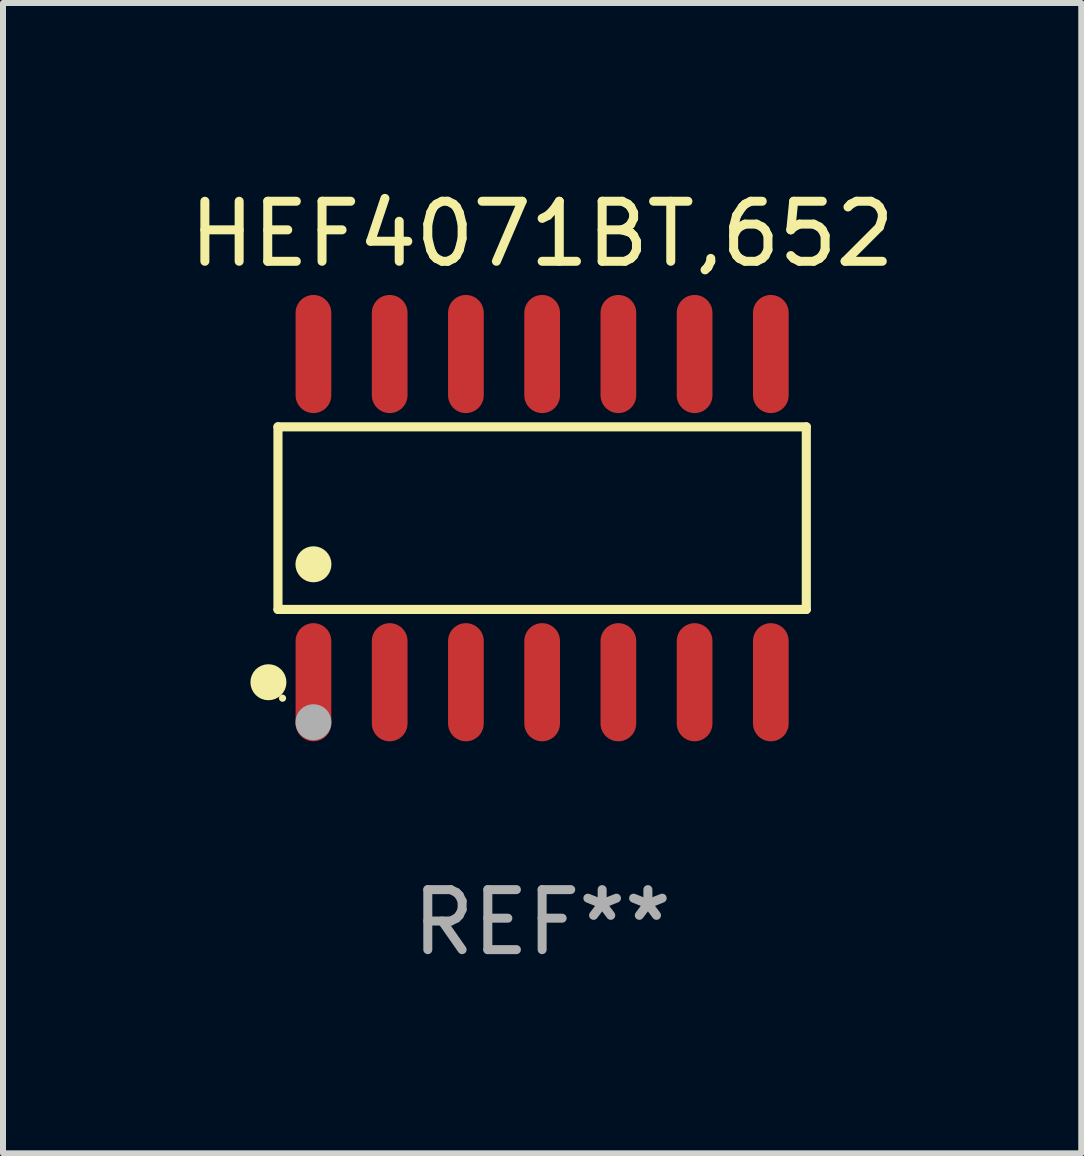
<source format=kicad_pcb>
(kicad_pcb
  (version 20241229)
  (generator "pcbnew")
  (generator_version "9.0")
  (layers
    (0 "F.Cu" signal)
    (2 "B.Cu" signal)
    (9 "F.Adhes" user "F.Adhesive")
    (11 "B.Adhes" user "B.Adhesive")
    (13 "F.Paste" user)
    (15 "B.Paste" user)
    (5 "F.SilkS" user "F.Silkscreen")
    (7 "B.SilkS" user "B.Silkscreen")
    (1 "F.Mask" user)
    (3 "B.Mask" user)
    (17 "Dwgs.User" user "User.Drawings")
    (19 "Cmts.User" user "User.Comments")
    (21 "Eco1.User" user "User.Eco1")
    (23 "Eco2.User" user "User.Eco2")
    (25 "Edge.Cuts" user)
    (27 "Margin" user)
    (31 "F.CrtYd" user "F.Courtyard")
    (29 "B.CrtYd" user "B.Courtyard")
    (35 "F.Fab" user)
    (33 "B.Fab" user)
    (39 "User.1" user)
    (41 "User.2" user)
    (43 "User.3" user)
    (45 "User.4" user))
  (footprint "HEF4071BT,652"
    (layer "F.Cu")
    (at 5.982 5.582)
    (property "Reference" "HEF4071BT,652" (at 0 -4.734 0) (layer "F.SilkS") (effects (font (size 1 1) (thickness 0.15))))
    (attr through_hole)
    (fp_line (start -4.401 -1.521) (end 4.401 -1.521) (stroke (width 0.152) (type solid)) (layer "F.SilkS"))
    (fp_line (start -4.401 1.521) (end -4.401 -1.521) (stroke (width 0.152) (type solid)) (layer "F.SilkS"))
    (fp_line (start 4.401 -1.521) (end 4.401 1.521) (stroke (width 0.152) (type solid)) (layer "F.SilkS"))
    (fp_line (start 4.401 1.521) (end -4.401 1.521) (stroke (width 0.152) (type solid)) (layer "F.SilkS"))
    (fp_circle (center -4.56 2.734) (end -4.41 2.734) (stroke (width 0.3) (type solid)) (fill no) (layer "F.SilkS"))
    (fp_circle (center -4.325 3) (end -4.295 3) (stroke (width 0.06) (type solid)) (fill no) (layer "F.SilkS"))
    (fp_circle (center -3.81 0.769) (end -3.66 0.769) (stroke (width 0.3) (type solid)) (fill no) (layer "F.SilkS"))
    (fp_circle (center -3.81 3.4) (end -3.66 3.4) (stroke (width 0.3) (type solid)) (fill no) (layer "F.Fab"))
    (fp_text user "REF**" (at 0 6.734 0) (layer "F.Fab") (effects (font (size 1 1) (thickness 0.15))))
    (pad "1" smd oval (at -3.81 2.734) (size 0.595 1.968) (layers "F.Cu" "F.Mask" "F.Paste"))
    (pad "2" smd oval (at -2.54 2.734) (size 0.595 1.968) (layers "F.Cu" "F.Mask" "F.Paste"))
    (pad "3" smd oval (at -1.27 2.734) (size 0.595 1.968) (layers "F.Cu" "F.Mask" "F.Paste"))
    (pad "4" smd oval (at 0 2.734) (size 0.595 1.968) (layers "F.Cu" "F.Mask" "F.Paste"))
    (pad "5" smd oval (at 1.27 2.734) (size 0.595 1.968) (layers "F.Cu" "F.Mask" "F.Paste"))
    (pad "6" smd oval (at 2.54 2.734) (size 0.595 1.968) (layers "F.Cu" "F.Mask" "F.Paste"))
    (pad "7" smd oval (at 3.81 2.734) (size 0.595 1.968) (layers "F.Cu" "F.Mask" "F.Paste"))
    (pad "8" smd oval (at 3.81 -2.734) (size 0.595 1.968) (layers "F.Cu" "F.Mask" "F.Paste"))
    (pad "9" smd oval (at 2.54 -2.734) (size 0.595 1.968) (layers "F.Cu" "F.Mask" "F.Paste"))
    (pad "10" smd oval (at 1.27 -2.734) (size 0.595 1.968) (layers "F.Cu" "F.Mask" "F.Paste"))
    (pad "11" smd oval (at 0 -2.734) (size 0.595 1.968) (layers "F.Cu" "F.Mask" "F.Paste"))
    (pad "12" smd oval (at -1.27 -2.734) (size 0.595 1.968) (layers "F.Cu" "F.Mask" "F.Paste"))
    (pad "13" smd oval (at -2.54 -2.734) (size 0.595 1.968) (layers "F.Cu" "F.Mask" "F.Paste"))
    (pad "14" smd oval (at -3.81 -2.734) (size 0.595 1.968) (layers "F.Cu" "F.Mask" "F.Paste")))
  (gr_rect
    (start -3 -3)
    (end 14.964 16.164)
    (stroke (width 0.1) (type default))
    (fill no)
    (layer "Edge.Cuts")))
</source>
